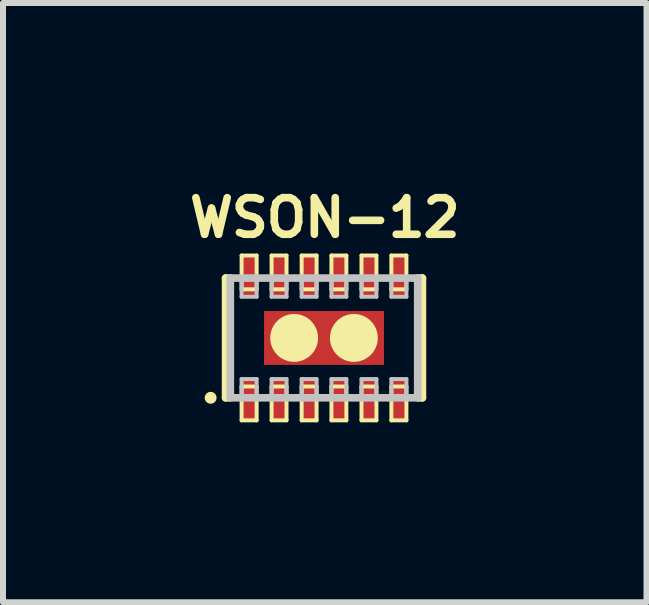
<source format=kicad_pcb>
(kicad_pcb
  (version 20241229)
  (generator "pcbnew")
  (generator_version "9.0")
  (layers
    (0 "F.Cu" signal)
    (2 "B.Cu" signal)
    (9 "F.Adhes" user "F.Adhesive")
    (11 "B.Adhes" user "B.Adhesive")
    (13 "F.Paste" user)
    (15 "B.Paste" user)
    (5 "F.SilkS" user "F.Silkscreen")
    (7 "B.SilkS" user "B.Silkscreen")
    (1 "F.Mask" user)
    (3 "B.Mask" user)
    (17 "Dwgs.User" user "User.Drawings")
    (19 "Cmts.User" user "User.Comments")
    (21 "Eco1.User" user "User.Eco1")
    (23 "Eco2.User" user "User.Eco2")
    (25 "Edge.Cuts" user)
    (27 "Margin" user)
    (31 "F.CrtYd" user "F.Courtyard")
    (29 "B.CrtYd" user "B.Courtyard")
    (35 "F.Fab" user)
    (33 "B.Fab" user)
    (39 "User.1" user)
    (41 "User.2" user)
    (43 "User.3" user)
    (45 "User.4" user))
  (footprint "WSON-12"
    (layer "F.Cu")
    (at 2.352 2.584)
    (property "Reference" "WSON-12" (at 0.013 -2.004 0) (layer "F.SilkS") (effects (font (size 0.61 0.61) (thickness 0.127))))
    (attr smd)
    (fp_line (start -1.641 -0.998) (end -1.577 -0.998) (stroke (width 0.127) (type solid)) (layer "F.SilkS"))
    (fp_line (start -1.641 0.998) (end -1.641 -0.998) (stroke (width 0.127) (type solid)) (layer "F.SilkS"))
    (fp_line (start -1.577 0.998) (end -1.641 0.998) (stroke (width 0.127) (type solid)) (layer "F.SilkS"))
    (fp_line (start -1.374 -1.374) (end -1.123 -1.374) (stroke (width 0.066) (type solid)) (layer "F.SilkS"))
    (fp_line (start -1.374 -0.81) (end -1.374 -1.374) (stroke (width 0.066) (type solid)) (layer "F.SilkS"))
    (fp_line (start -1.374 -0.81) (end -1.123 -0.81) (stroke (width 0.066) (type solid)) (layer "F.SilkS"))
    (fp_line (start -1.374 0.81) (end -1.123 0.81) (stroke (width 0.066) (type solid)) (layer "F.SilkS"))
    (fp_line (start -1.374 1.374) (end -1.374 0.81) (stroke (width 0.066) (type solid)) (layer "F.SilkS"))
    (fp_line (start -1.374 1.374) (end -1.123 1.374) (stroke (width 0.066) (type solid)) (layer "F.SilkS"))
    (fp_line (start -1.123 -0.81) (end -1.123 -1.374) (stroke (width 0.066) (type solid)) (layer "F.SilkS"))
    (fp_line (start -1.123 1.374) (end -1.123 0.81) (stroke (width 0.066) (type solid)) (layer "F.SilkS"))
    (fp_line (start -0.874 -1.374) (end -0.625 -1.374) (stroke (width 0.066) (type solid)) (layer "F.SilkS"))
    (fp_line (start -0.874 -0.81) (end -0.874 -1.374) (stroke (width 0.066) (type solid)) (layer "F.SilkS"))
    (fp_line (start -0.874 -0.81) (end -0.625 -0.81) (stroke (width 0.066) (type solid)) (layer "F.SilkS"))
    (fp_line (start -0.874 0.81) (end -0.625 0.81) (stroke (width 0.066) (type solid)) (layer "F.SilkS"))
    (fp_line (start -0.874 1.374) (end -0.874 0.81) (stroke (width 0.066) (type solid)) (layer "F.SilkS"))
    (fp_line (start -0.874 1.374) (end -0.625 1.374) (stroke (width 0.066) (type solid)) (layer "F.SilkS"))
    (fp_line (start -0.625 -0.81) (end -0.625 -1.374) (stroke (width 0.066) (type solid)) (layer "F.SilkS"))
    (fp_line (start -0.625 1.374) (end -0.625 0.81) (stroke (width 0.066) (type solid)) (layer "F.SilkS"))
    (fp_line (start -0.373 -1.374) (end -0.124 -1.374) (stroke (width 0.066) (type solid)) (layer "F.SilkS"))
    (fp_line (start -0.373 -0.81) (end -0.373 -1.374) (stroke (width 0.066) (type solid)) (layer "F.SilkS"))
    (fp_line (start -0.373 -0.81) (end -0.124 -0.81) (stroke (width 0.066) (type solid)) (layer "F.SilkS"))
    (fp_line (start -0.373 0.81) (end -0.124 0.81) (stroke (width 0.066) (type solid)) (layer "F.SilkS"))
    (fp_line (start -0.373 1.374) (end -0.373 0.81) (stroke (width 0.066) (type solid)) (layer "F.SilkS"))
    (fp_line (start -0.373 1.374) (end -0.124 1.374) (stroke (width 0.066) (type solid)) (layer "F.SilkS"))
    (fp_line (start -0.124 -0.81) (end -0.124 -1.374) (stroke (width 0.066) (type solid)) (layer "F.SilkS"))
    (fp_line (start -0.124 1.374) (end -0.124 0.81) (stroke (width 0.066) (type solid)) (layer "F.SilkS"))
    (fp_line (start 0.124 -1.374) (end 0.373 -1.374) (stroke (width 0.066) (type solid)) (layer "F.SilkS"))
    (fp_line (start 0.124 -0.81) (end 0.124 -1.374) (stroke (width 0.066) (type solid)) (layer "F.SilkS"))
    (fp_line (start 0.124 -0.81) (end 0.373 -0.81) (stroke (width 0.066) (type solid)) (layer "F.SilkS"))
    (fp_line (start 0.124 0.81) (end 0.373 0.81) (stroke (width 0.066) (type solid)) (layer "F.SilkS"))
    (fp_line (start 0.124 1.374) (end 0.124 0.81) (stroke (width 0.066) (type solid)) (layer "F.SilkS"))
    (fp_line (start 0.124 1.374) (end 0.373 1.374) (stroke (width 0.066) (type solid)) (layer "F.SilkS"))
    (fp_line (start 0.373 -0.81) (end 0.373 -1.374) (stroke (width 0.066) (type solid)) (layer "F.SilkS"))
    (fp_line (start 0.373 1.374) (end 0.373 0.81) (stroke (width 0.066) (type solid)) (layer "F.SilkS"))
    (fp_line (start 0.625 -1.374) (end 0.874 -1.374) (stroke (width 0.066) (type solid)) (layer "F.SilkS"))
    (fp_line (start 0.625 -0.81) (end 0.625 -1.374) (stroke (width 0.066) (type solid)) (layer "F.SilkS"))
    (fp_line (start 0.625 -0.81) (end 0.874 -0.81) (stroke (width 0.066) (type solid)) (layer "F.SilkS"))
    (fp_line (start 0.625 0.81) (end 0.874 0.81) (stroke (width 0.066) (type solid)) (layer "F.SilkS"))
    (fp_line (start 0.625 1.374) (end 0.625 0.81) (stroke (width 0.066) (type solid)) (layer "F.SilkS"))
    (fp_line (start 0.625 1.374) (end 0.874 1.374) (stroke (width 0.066) (type solid)) (layer "F.SilkS"))
    (fp_line (start 0.874 -0.81) (end 0.874 -1.374) (stroke (width 0.066) (type solid)) (layer "F.SilkS"))
    (fp_line (start 0.874 1.374) (end 0.874 0.81) (stroke (width 0.066) (type solid)) (layer "F.SilkS"))
    (fp_line (start 1.123 -1.374) (end 1.374 -1.374) (stroke (width 0.066) (type solid)) (layer "F.SilkS"))
    (fp_line (start 1.123 -0.81) (end 1.123 -1.374) (stroke (width 0.066) (type solid)) (layer "F.SilkS"))
    (fp_line (start 1.123 -0.81) (end 1.374 -0.81) (stroke (width 0.066) (type solid)) (layer "F.SilkS"))
    (fp_line (start 1.123 0.81) (end 1.374 0.81) (stroke (width 0.066) (type solid)) (layer "F.SilkS"))
    (fp_line (start 1.123 1.374) (end 1.123 0.81) (stroke (width 0.066) (type solid)) (layer "F.SilkS"))
    (fp_line (start 1.123 1.374) (end 1.374 1.374) (stroke (width 0.066) (type solid)) (layer "F.SilkS"))
    (fp_line (start 1.374 -0.81) (end 1.374 -1.374) (stroke (width 0.066) (type solid)) (layer "F.SilkS"))
    (fp_line (start 1.374 1.374) (end 1.374 0.81) (stroke (width 0.066) (type solid)) (layer "F.SilkS"))
    (fp_line (start 1.577 -0.998) (end 1.641 -0.998) (stroke (width 0.127) (type solid)) (layer "F.SilkS"))
    (fp_line (start 1.641 -0.998) (end 1.641 0.998) (stroke (width 0.127) (type solid)) (layer "F.SilkS"))
    (fp_line (start 1.641 0.998) (end 1.577 0.998) (stroke (width 0.127) (type solid)) (layer "F.SilkS"))
    (fp_circle (center -1.89 0.998) (end -1.89 0.899) (stroke (width 0) (type solid)) (fill yes) (layer "F.SilkS"))
    (fp_circle (center -0.498 0) (end -0.498 -0.399) (stroke (width 0) (type solid)) (fill yes) (layer "F.SilkS"))
    (fp_circle (center 0.498 0) (end 0.498 -0.399) (stroke (width 0) (type solid)) (fill yes) (layer "F.SilkS"))
    (fp_line (start -1.562 -0.998) (end -1.562 0.998) (stroke (width 0.127) (type solid)) (layer "Dwgs.User"))
    (fp_line (start -1.562 0.998) (end 1.562 0.998) (stroke (width 0.127) (type solid)) (layer "Dwgs.User"))
    (fp_line (start -1.374 -0.998) (end -1.123 -0.998) (stroke (width 0.066) (type solid)) (layer "Dwgs.User"))
    (fp_line (start -1.374 -0.686) (end -1.374 -0.998) (stroke (width 0.066) (type solid)) (layer "Dwgs.User"))
    (fp_line (start -1.374 -0.686) (end -1.123 -0.686) (stroke (width 0.066) (type solid)) (layer "Dwgs.User"))
    (fp_line (start -1.374 0.686) (end -1.123 0.686) (stroke (width 0.066) (type solid)) (layer "Dwgs.User"))
    (fp_line (start -1.374 0.998) (end -1.374 0.686) (stroke (width 0.066) (type solid)) (layer "Dwgs.User"))
    (fp_line (start -1.374 0.998) (end -1.123 0.998) (stroke (width 0.066) (type solid)) (layer "Dwgs.User"))
    (fp_line (start -1.123 -0.686) (end -1.123 -0.998) (stroke (width 0.066) (type solid)) (layer "Dwgs.User"))
    (fp_line (start -1.123 0.998) (end -1.123 0.686) (stroke (width 0.066) (type solid)) (layer "Dwgs.User"))
    (fp_line (start -0.874 -0.998) (end -0.625 -0.998) (stroke (width 0.066) (type solid)) (layer "Dwgs.User"))
    (fp_line (start -0.874 -0.686) (end -0.874 -0.998) (stroke (width 0.066) (type solid)) (layer "Dwgs.User"))
    (fp_line (start -0.874 -0.686) (end -0.625 -0.686) (stroke (width 0.066) (type solid)) (layer "Dwgs.User"))
    (fp_line (start -0.874 0.686) (end -0.625 0.686) (stroke (width 0.066) (type solid)) (layer "Dwgs.User"))
    (fp_line (start -0.874 0.998) (end -0.874 0.686) (stroke (width 0.066) (type solid)) (layer "Dwgs.User"))
    (fp_line (start -0.874 0.998) (end -0.625 0.998) (stroke (width 0.066) (type solid)) (layer "Dwgs.User"))
    (fp_line (start -0.625 -0.686) (end -0.625 -0.998) (stroke (width 0.066) (type solid)) (layer "Dwgs.User"))
    (fp_line (start -0.625 0.998) (end -0.625 0.686) (stroke (width 0.066) (type solid)) (layer "Dwgs.User"))
    (fp_line (start -0.373 -0.998) (end -0.124 -0.998) (stroke (width 0.066) (type solid)) (layer "Dwgs.User"))
    (fp_line (start -0.373 -0.686) (end -0.373 -0.998) (stroke (width 0.066) (type solid)) (layer "Dwgs.User"))
    (fp_line (start -0.373 -0.686) (end -0.124 -0.686) (stroke (width 0.066) (type solid)) (layer "Dwgs.User"))
    (fp_line (start -0.373 0.686) (end -0.124 0.686) (stroke (width 0.066) (type solid)) (layer "Dwgs.User"))
    (fp_line (start -0.373 0.998) (end -0.373 0.686) (stroke (width 0.066) (type solid)) (layer "Dwgs.User"))
    (fp_line (start -0.373 0.998) (end -0.124 0.998) (stroke (width 0.066) (type solid)) (layer "Dwgs.User"))
    (fp_line (start -0.124 -0.686) (end -0.124 -0.998) (stroke (width 0.066) (type solid)) (layer "Dwgs.User"))
    (fp_line (start -0.124 0.998) (end -0.124 0.686) (stroke (width 0.066) (type solid)) (layer "Dwgs.User"))
    (fp_line (start 0.124 -0.998) (end 0.373 -0.998) (stroke (width 0.066) (type solid)) (layer "Dwgs.User"))
    (fp_line (start 0.124 -0.686) (end 0.124 -0.998) (stroke (width 0.066) (type solid)) (layer "Dwgs.User"))
    (fp_line (start 0.124 -0.686) (end 0.373 -0.686) (stroke (width 0.066) (type solid)) (layer "Dwgs.User"))
    (fp_line (start 0.124 0.686) (end 0.373 0.686) (stroke (width 0.066) (type solid)) (layer "Dwgs.User"))
    (fp_line (start 0.124 0.998) (end 0.124 0.686) (stroke (width 0.066) (type solid)) (layer "Dwgs.User"))
    (fp_line (start 0.124 0.998) (end 0.373 0.998) (stroke (width 0.066) (type solid)) (layer "Dwgs.User"))
    (fp_line (start 0.373 -0.686) (end 0.373 -0.998) (stroke (width 0.066) (type solid)) (layer "Dwgs.User"))
    (fp_line (start 0.373 0.998) (end 0.373 0.686) (stroke (width 0.066) (type solid)) (layer "Dwgs.User"))
    (fp_line (start 0.625 -0.998) (end 0.874 -0.998) (stroke (width 0.066) (type solid)) (layer "Dwgs.User"))
    (fp_line (start 0.625 -0.686) (end 0.625 -0.998) (stroke (width 0.066) (type solid)) (layer "Dwgs.User"))
    (fp_line (start 0.625 -0.686) (end 0.874 -0.686) (stroke (width 0.066) (type solid)) (layer "Dwgs.User"))
    (fp_line (start 0.625 0.686) (end 0.874 0.686) (stroke (width 0.066) (type solid)) (layer "Dwgs.User"))
    (fp_line (start 0.625 0.998) (end 0.625 0.686) (stroke (width 0.066) (type solid)) (layer "Dwgs.User"))
    (fp_line (start 0.625 0.998) (end 0.874 0.998) (stroke (width 0.066) (type solid)) (layer "Dwgs.User"))
    (fp_line (start 0.874 -0.686) (end 0.874 -0.998) (stroke (width 0.066) (type solid)) (layer "Dwgs.User"))
    (fp_line (start 0.874 0.998) (end 0.874 0.686) (stroke (width 0.066) (type solid)) (layer "Dwgs.User"))
    (fp_line (start 1.123 -0.998) (end 1.374 -0.998) (stroke (width 0.066) (type solid)) (layer "Dwgs.User"))
    (fp_line (start 1.123 -0.686) (end 1.123 -0.998) (stroke (width 0.066) (type solid)) (layer "Dwgs.User"))
    (fp_line (start 1.123 -0.686) (end 1.374 -0.686) (stroke (width 0.066) (type solid)) (layer "Dwgs.User"))
    (fp_line (start 1.123 0.686) (end 1.374 0.686) (stroke (width 0.066) (type solid)) (layer "Dwgs.User"))
    (fp_line (start 1.123 0.998) (end 1.123 0.686) (stroke (width 0.066) (type solid)) (layer "Dwgs.User"))
    (fp_line (start 1.123 0.998) (end 1.374 0.998) (stroke (width 0.066) (type solid)) (layer "Dwgs.User"))
    (fp_line (start 1.374 -0.686) (end 1.374 -0.998) (stroke (width 0.066) (type solid)) (layer "Dwgs.User"))
    (fp_line (start 1.374 0.998) (end 1.374 0.686) (stroke (width 0.066) (type solid)) (layer "Dwgs.User"))
    (fp_line (start 1.562 -0.998) (end -1.562 -0.998) (stroke (width 0.127) (type solid)) (layer "Dwgs.User"))
    (fp_line (start 1.562 0.998) (end 1.562 -0.998) (stroke (width 0.127) (type solid)) (layer "Dwgs.User"))
    (pad "1" smd rect (at -1.25 1.049 270) (size 0.699 0.3) (layers "F.Cu" "F.Mask" "F.Paste"))
    (pad "2" smd rect (at -0.749 1.049 270) (size 0.699 0.3) (layers "F.Cu" "F.Mask" "F.Paste"))
    (pad "3" smd rect (at -0.249 1.049 270) (size 0.699 0.3) (layers "F.Cu" "F.Mask" "F.Paste"))
    (pad "4" smd rect (at 0.249 1.049 270) (size 0.699 0.3) (layers "F.Cu" "F.Mask" "F.Paste"))
    (pad "5" smd rect (at 0.749 1.049 270) (size 0.699 0.3) (layers "F.Cu" "F.Mask" "F.Paste"))
    (pad "6" smd rect (at 1.25 1.049 270) (size 0.699 0.3) (layers "F.Cu" "F.Mask" "F.Paste"))
    (pad "7" smd rect (at 1.25 -1.049 90) (size 0.699 0.3) (layers "F.Cu" "F.Mask" "F.Paste"))
    (pad "8" smd rect (at 0.749 -1.049 90) (size 0.699 0.3) (layers "F.Cu" "F.Mask" "F.Paste"))
    (pad "9" smd rect (at 0.249 -1.049 90) (size 0.699 0.3) (layers "F.Cu" "F.Mask" "F.Paste"))
    (pad "10" smd rect (at -0.249 -1.049 90) (size 0.699 0.3) (layers "F.Cu" "F.Mask" "F.Paste"))
    (pad "11" smd rect (at -0.749 -1.049 90) (size 0.699 0.3) (layers "F.Cu" "F.Mask" "F.Paste"))
    (pad "12" smd rect (at -1.25 -1.049 90) (size 0.699 0.3) (layers "F.Cu" "F.Mask" "F.Paste"))
    (pad "PAD" smd rect (at 0 0) (size 1.999 0.899) (layers "F.Cu" "F.Mask" "F.Paste")))
  (gr_rect
    (start -3 -3)
    (end 7.729 6.991)
    (stroke (width 0.1) (type default))
    (fill no)
    (layer "Edge.Cuts")))
</source>
